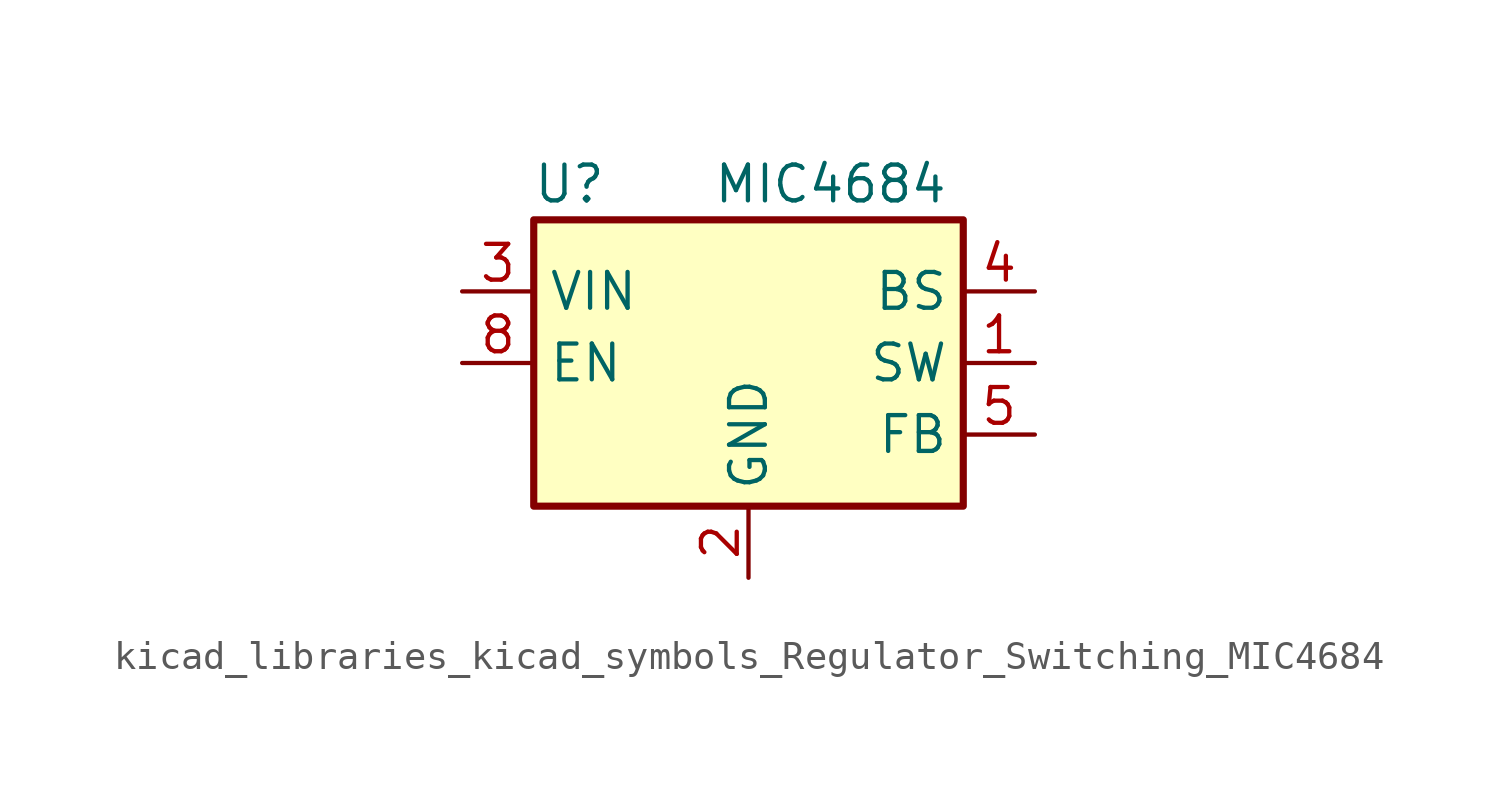
<source format=kicad_sym>
(kicad_symbol_lib
  (version 20220914)
  (generator kicad_symbol_editor)
  (symbol "kicad_libraries_kicad_symbols_Regulator_Switching_MIC4684"
    (property "Reference" "U"
      (at -6.35 6.35 0)
      (effects (font (size 1.27 1.27))))
    (property "Value" "MIC4684"
      (at -1.27 6.35 0)
      (effects (font (size 1.27 1.27)) (justify left)))
    (symbol "kicad_libraries_kicad_symbols_Regulator_Switching_MIC4684_0_1"
      (rectangle (start -7.62 5.08) (end 7.62 -5.08) (stroke (width 0.254) (type default)) (fill (type background))))
    (symbol "kicad_libraries_kicad_symbols_Regulator_Switching_MIC4684_1_1"
      (pin power_out line (at 10.16 0 180) (length 2.54) (name "SW" (effects (font (size 1.27 1.27)))) (number "1" (effects (font (size 1.27 1.27)))))
      (pin power_in line (at 0 -7.62 90) (length 2.54) (name "GND" (effects (font (size 1.27 1.27)))) (number "2" (effects (font (size 1.27 1.27)))))
      (pin power_in line (at -10.16 2.54 0) (length 2.54) (name "VIN" (effects (font (size 1.27 1.27)))) (number "3" (effects (font (size 1.27 1.27)))))
      (pin passive line (at 10.16 2.54 180) (length 2.54) (name "BS" (effects (font (size 1.27 1.27)))) (number "4" (effects (font (size 1.27 1.27)))))
      (pin input line (at 10.16 -2.54 180) (length 2.54) (name "FB" (effects (font (size 1.27 1.27)))) (number "5" (effects (font (size 1.27 1.27)))))
      (pin passive line (at 0 -7.62 90) (length 2.54) hide (name "GND" (effects (font (size 1.27 1.27)))) (number "6" (effects (font (size 1.27 1.27)))))
      (pin passive line (at 0 -7.62 90) (length 2.54) hide (name "GND" (effects (font (size 1.27 1.27)))) (number "7" (effects (font (size 1.27 1.27)))))
      (pin input line (at -10.16 0 0) (length 2.54) (name "EN" (effects (font (size 1.27 1.27)))) (number "8" (effects (font (size 1.27 1.27))))))))
</source>
